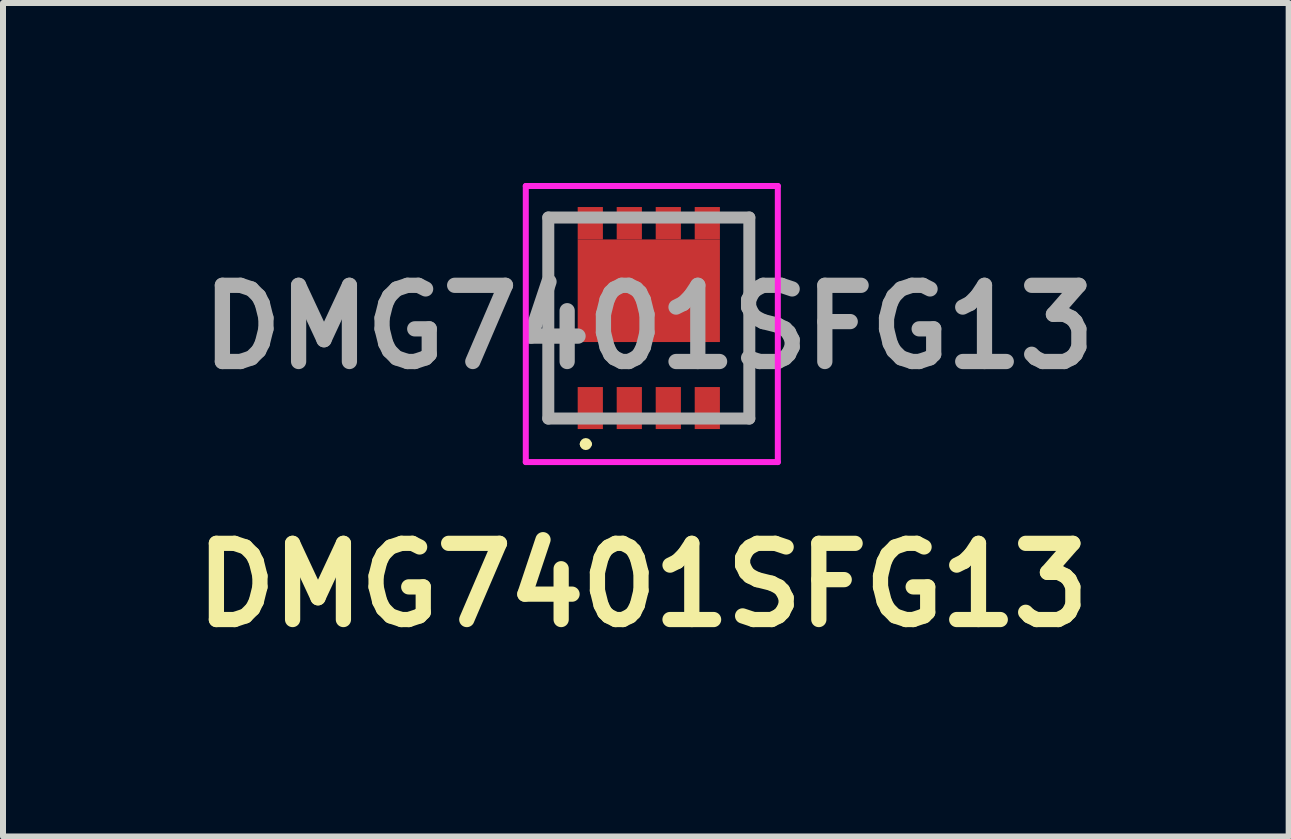
<source format=kicad_pcb>
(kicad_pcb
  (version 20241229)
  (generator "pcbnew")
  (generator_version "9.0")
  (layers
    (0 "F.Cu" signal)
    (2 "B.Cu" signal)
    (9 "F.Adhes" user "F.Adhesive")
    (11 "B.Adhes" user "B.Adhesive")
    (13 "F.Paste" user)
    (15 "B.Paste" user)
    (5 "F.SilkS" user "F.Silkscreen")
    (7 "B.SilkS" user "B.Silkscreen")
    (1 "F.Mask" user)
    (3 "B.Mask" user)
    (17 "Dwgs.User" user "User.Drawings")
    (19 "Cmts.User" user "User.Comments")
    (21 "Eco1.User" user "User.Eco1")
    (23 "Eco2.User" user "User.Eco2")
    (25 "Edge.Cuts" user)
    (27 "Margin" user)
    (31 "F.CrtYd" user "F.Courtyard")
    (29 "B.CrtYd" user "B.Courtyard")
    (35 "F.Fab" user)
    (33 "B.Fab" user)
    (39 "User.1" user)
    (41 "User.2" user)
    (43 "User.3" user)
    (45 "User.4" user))
  (footprint "DMG7401SFG13"
    (layer "F.Cu")
    (at 7.762 2.4)
    (property "Reference" "DMG7401SFG13" (at -0.1 4.3 0) (layer "F.SilkS") (effects (font (size 1.27 1.27) (thickness 0.254))))
    (attr smd)
    (fp_line (start -1.675 -1.825) (end -1.675 1.525) (stroke (width 0.1) (type solid)) (layer "F.SilkS"))
    (fp_line (start -1.675 1.525) (end -1.5 1.525) (stroke (width 0.1) (type solid)) (layer "F.SilkS"))
    (fp_line (start -1.5 -1.825) (end -1.675 -1.825) (stroke (width 0.1) (type solid)) (layer "F.SilkS"))
    (fp_line (start -1.1 1.95) (end -1.1 1.95) (stroke (width 0.1) (type solid)) (layer "F.SilkS"))
    (fp_line (start -1 1.95) (end -1 1.95) (stroke (width 0.1) (type solid)) (layer "F.SilkS"))
    (fp_line (start 1.5 -1.825) (end 1.675 -1.825) (stroke (width 0.1) (type solid)) (layer "F.SilkS"))
    (fp_line (start 1.675 -1.825) (end 1.675 1.525) (stroke (width 0.1) (type solid)) (layer "F.SilkS"))
    (fp_line (start 1.675 1.525) (end 1.5 1.525) (stroke (width 0.1) (type solid)) (layer "F.SilkS"))
    (fp_arc (start -1.1 1.95) (mid -1.05 1.9) (end -1 1.95) (stroke (width 0.1) (type solid)) (layer "F.SilkS"))
    (fp_arc (start -1 1.95) (mid -1.05 2) (end -1.1 1.95) (stroke (width 0.1) (type solid)) (layer "F.SilkS"))
    (fp_line (start -2.05 -2.35) (end 2.15 -2.35) (stroke (width 0.1) (type solid)) (layer "F.CrtYd"))
    (fp_line (start -2.05 2.25) (end -2.05 -2.35) (stroke (width 0.1) (type solid)) (layer "F.CrtYd"))
    (fp_line (start 2.15 -2.35) (end 2.15 2.25) (stroke (width 0.1) (type solid)) (layer "F.CrtYd"))
    (fp_line (start 2.15 2.25) (end -2.05 2.25) (stroke (width 0.1) (type solid)) (layer "F.CrtYd"))
    (fp_line (start -1.675 -1.825) (end 1.675 -1.825) (stroke (width 0.2) (type solid)) (layer "F.Fab"))
    (fp_line (start -1.675 1.525) (end -1.675 -1.825) (stroke (width 0.2) (type solid)) (layer "F.Fab"))
    (fp_line (start 1.675 -1.825) (end 1.675 1.525) (stroke (width 0.2) (type solid)) (layer "F.Fab"))
    (fp_line (start 1.675 1.525) (end -1.675 1.525) (stroke (width 0.2) (type solid)) (layer "F.Fab"))
    (fp_text user "${REFERENCE}" (at 0 0 0) (layer "F.Fab") (effects (font (size 1.27 1.27) (thickness 0.254))))
    (pad "D" smd rect (at -0.975 -1.73) (size 0.42 0.54) (layers "F.Cu" "F.Mask" "F.Paste"))
    (pad "D" smd rect (at -0.325 -1.73) (size 0.42 0.54) (layers "F.Cu" "F.Mask" "F.Paste"))
    (pad "D" smd rect (at 0 -0.605 90) (size 1.71 2.37) (layers "F.Cu" "F.Mask" "F.Paste"))
    (pad "D" smd rect (at 0.325 -1.73) (size 0.42 0.54) (layers "F.Cu" "F.Mask" "F.Paste"))
    (pad "D" smd rect (at 0.975 -1.73) (size 0.42 0.54) (layers "F.Cu" "F.Mask" "F.Paste"))
    (pad "G" smd rect (at 0.975 1.35) (size 0.42 0.7) (layers "F.Cu" "F.Mask" "F.Paste"))
    (pad "S" smd rect (at -0.975 1.35) (size 0.42 0.7) (layers "F.Cu" "F.Mask" "F.Paste"))
    (pad "S" smd rect (at -0.325 1.35) (size 0.42 0.7) (layers "F.Cu" "F.Mask" "F.Paste"))
    (pad "S" smd rect (at 0.325 1.35) (size 0.42 0.7) (layers "F.Cu" "F.Mask" "F.Paste")))
  (gr_rect
    (start -3 -3)
    (end 18.425 10.889)
    (stroke (width 0.1) (type default))
    (fill no)
    (layer "Edge.Cuts")))
</source>
